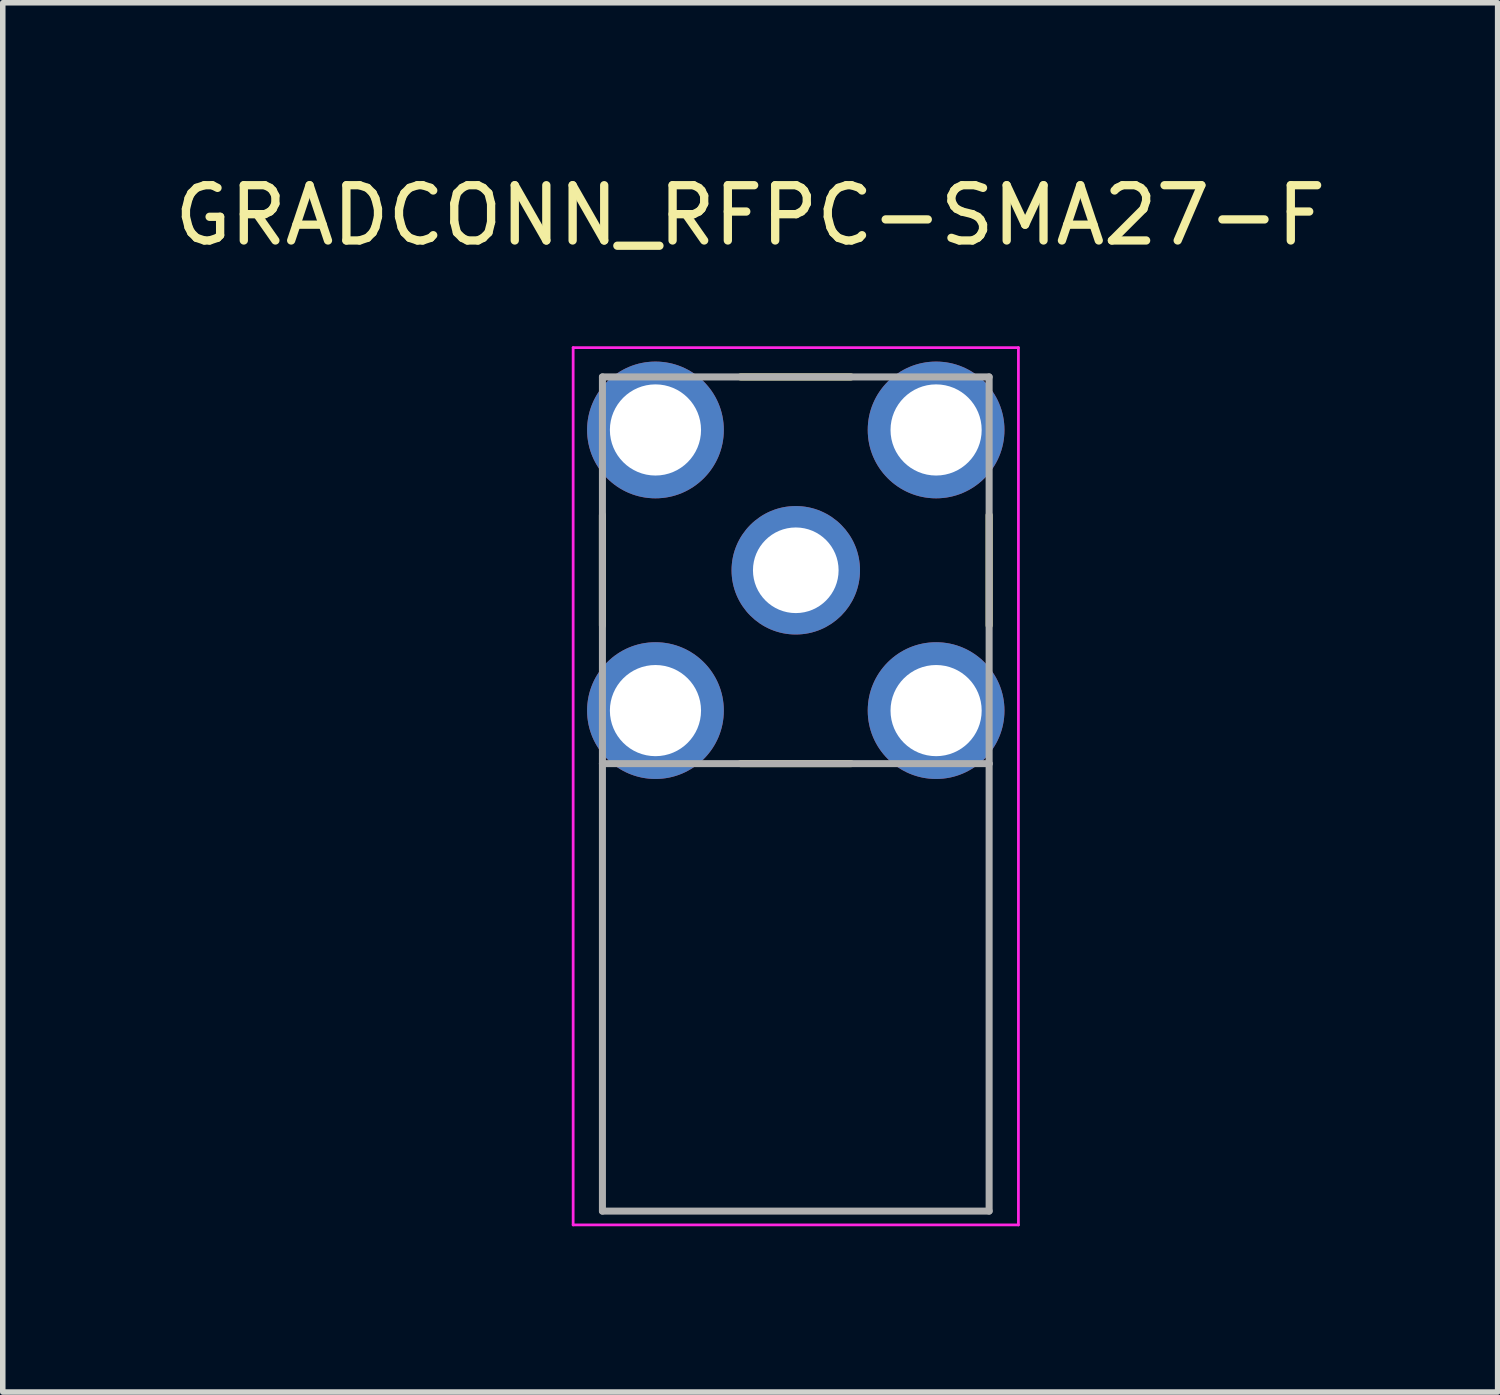
<source format=kicad_pcb>
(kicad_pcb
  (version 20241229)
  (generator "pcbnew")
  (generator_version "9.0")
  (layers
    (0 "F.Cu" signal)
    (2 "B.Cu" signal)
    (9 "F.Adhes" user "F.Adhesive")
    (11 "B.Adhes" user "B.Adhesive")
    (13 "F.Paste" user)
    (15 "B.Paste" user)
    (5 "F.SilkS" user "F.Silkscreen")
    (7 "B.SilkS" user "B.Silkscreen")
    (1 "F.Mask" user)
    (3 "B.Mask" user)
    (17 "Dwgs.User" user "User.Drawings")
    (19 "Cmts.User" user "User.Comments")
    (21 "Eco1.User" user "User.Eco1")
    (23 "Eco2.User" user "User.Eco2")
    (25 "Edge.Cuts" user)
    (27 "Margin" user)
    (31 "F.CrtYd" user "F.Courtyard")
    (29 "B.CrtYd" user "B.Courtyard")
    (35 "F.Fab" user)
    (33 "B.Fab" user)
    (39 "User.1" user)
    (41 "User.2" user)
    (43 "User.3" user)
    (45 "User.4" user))
  (footprint "GRADCONN_RFPC-SMA27-F"
    (layer "F.Cu")
    (at 11.355 7.273)
    (property "Reference" "GRADCONN_RFPC-SMA27-F" (at -0.825 -6.425 0) (layer "F.SilkS") (effects (font (size 1 1) (thickness 0.15))))
    (attr through_hole)
    (fp_line (start -3.5 -1) (end -3.5 1) (stroke (width 0.127) (type solid)) (layer "F.SilkS"))
    (fp_line (start -1 -3.5) (end 1 -3.5) (stroke (width 0.127) (type solid)) (layer "F.SilkS"))
    (fp_line (start -1 3.5) (end 1 3.5) (stroke (width 0.127) (type solid)) (layer "F.SilkS"))
    (fp_line (start 3.5 -1) (end 3.5 1) (stroke (width 0.127) (type solid)) (layer "F.SilkS"))
    (fp_line (start -4.03 -4.03) (end -4.03 11.85) (stroke (width 0.05) (type solid)) (layer "F.CrtYd"))
    (fp_line (start -4.03 11.85) (end 4.03 11.85) (stroke (width 0.05) (type solid)) (layer "F.CrtYd"))
    (fp_line (start 4.03 -4.03) (end -4.03 -4.03) (stroke (width 0.05) (type solid)) (layer "F.CrtYd"))
    (fp_line (start 4.03 11.85) (end 4.03 -4.03) (stroke (width 0.05) (type solid)) (layer "F.CrtYd"))
    (fp_line (start -3.5 -3.5) (end -3.5 3.5) (stroke (width 0.127) (type solid)) (layer "F.Fab"))
    (fp_line (start -3.5 3.5) (end -3.5 11.6) (stroke (width 0.127) (type solid)) (layer "F.Fab"))
    (fp_line (start -3.5 3.5) (end 3.5 3.5) (stroke (width 0.127) (type solid)) (layer "F.Fab"))
    (fp_line (start -3.5 11.6) (end 3.5 11.6) (stroke (width 0.127) (type solid)) (layer "F.Fab"))
    (fp_line (start 3.5 -3.5) (end -3.5 -3.5) (stroke (width 0.127) (type solid)) (layer "F.Fab"))
    (fp_line (start 3.5 3.5) (end 3.5 -3.5) (stroke (width 0.127) (type solid)) (layer "F.Fab"))
    (fp_line (start 3.5 11.6) (end 3.5 3.5) (stroke (width 0.127) (type solid)) (layer "F.Fab"))
    (pad "1" thru_hole circle (at 0 0) (size 2.325 2.325) (drill 1.55) (layers "*.Cu" "*.Mask"))
    (pad "G1" thru_hole circle (at -2.54 -2.54) (size 2.475 2.475) (drill 1.65) (layers "*.Cu" "*.Mask"))
    (pad "G2" thru_hole circle (at 2.54 -2.54) (size 2.475 2.475) (drill 1.65) (layers "*.Cu" "*.Mask"))
    (pad "G3" thru_hole circle (at -2.54 2.54) (size 2.475 2.475) (drill 1.65) (layers "*.Cu" "*.Mask"))
    (pad "G4" thru_hole circle (at 2.54 2.54) (size 2.475 2.475) (drill 1.65) (layers "*.Cu" "*.Mask")))
  (gr_rect
    (start -3 -3)
    (end 24.06 22.148)
    (stroke (width 0.1) (type default))
    (fill no)
    (layer "Edge.Cuts")))
</source>
